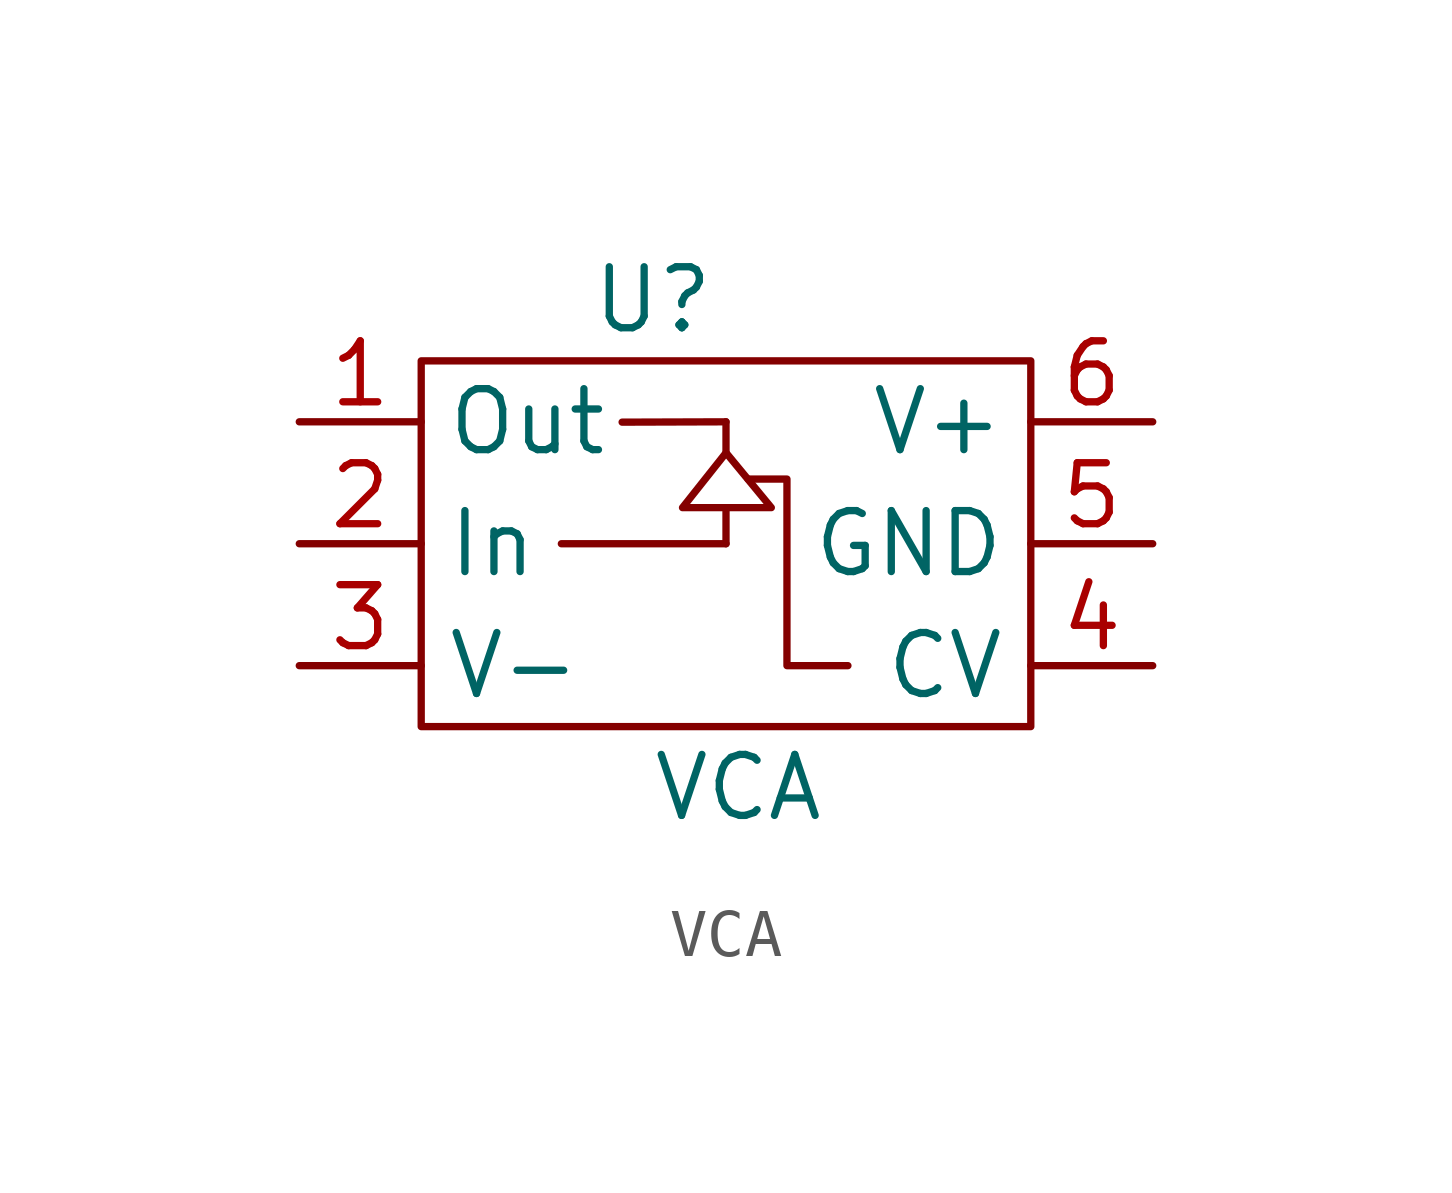
<source format=kicad_sym>
(kicad_symbol_lib
  (version 20241209)
  (generator "kicad_symbol_editor")
  (generator_version "9.0")
  (symbol "VCA"
    (property "Reference" "U"
      (at -1.524 5.08 0)
      (effects (font (size 1.27 1.27))))
    (property "Value" "VCA"
      (at 0.254 -5.08 0)
      (effects (font (size 1.27 1.27))))
    (symbol "VCA_0_1"
      (rectangle (start -6.35 3.81) (end 6.35 -3.81) (stroke (width 0) (type default)) (fill (type none)))
      (polyline (pts (xy -3.43 0) (xy 0 0)) (stroke (width 0) (type default)) (fill (type none)))
      (polyline (pts (xy -2.164 2.533) (xy 0 2.54)) (stroke (width 0) (type default)) (fill (type none)))
      (polyline (pts (xy 0 2.54) (xy 0 1.907)) (stroke (width 0) (type default)) (fill (type none)))
      (polyline (pts (xy 0 1.894) (xy -0.906 0.752) (xy 0.944 0.752) (xy 0.012 1.882)) (stroke (width 0) (type default)) (fill (type none)))
      (polyline (pts (xy 0 0) (xy 0 0.727)) (stroke (width 0) (type default)) (fill (type none)))
      (polyline (pts (xy 2.54 -2.54) (xy 1.27 -2.54) (xy 1.27 1.27) (xy 1.27 1.347) (xy 0.459 1.347)) (stroke (width 0) (type default)) (fill (type none))))
    (symbol "VCA_1_1"
      (pin output line (at -8.89 2.54 0) (length 2.54) (name "Out" (effects (font (size 1.27 1.27)))) (number "1" (effects (font (size 1.27 1.27)))))
      (pin input line (at -8.89 0 0) (length 2.54) (name "In" (effects (font (size 1.27 1.27)))) (number "2" (effects (font (size 1.27 1.27)))))
      (pin power_in line (at -8.89 -2.54 0) (length 2.54) (name "V-" (effects (font (size 1.27 1.27)))) (number "3" (effects (font (size 1.27 1.27)))))
      (pin power_in line (at 8.89 2.54 180) (length 2.54) (name "V+" (effects (font (size 1.27 1.27)))) (number "6" (effects (font (size 1.27 1.27)))))
      (pin power_in line (at 8.89 0 180) (length 2.54) (name "GND" (effects (font (size 1.27 1.27)))) (number "5" (effects (font (size 1.27 1.27)))))
      (pin input line (at 8.89 -2.54 180) (length 2.54) (name "CV" (effects (font (size 1.27 1.27)))) (number "4" (effects (font (size 1.27 1.27))))))))
</source>
